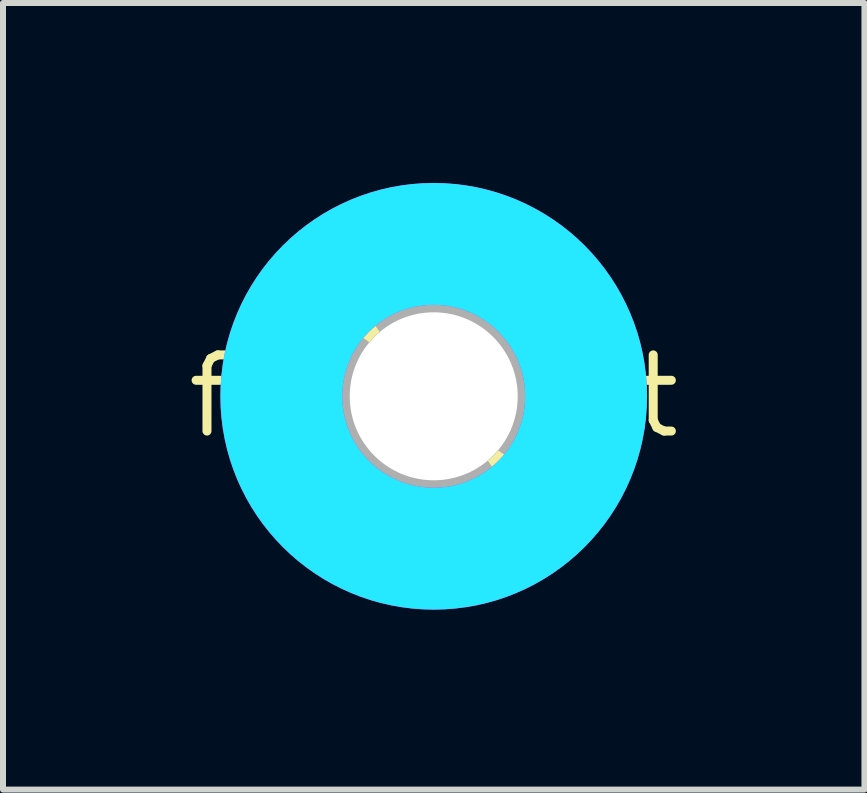
<source format=kicad_pcb>
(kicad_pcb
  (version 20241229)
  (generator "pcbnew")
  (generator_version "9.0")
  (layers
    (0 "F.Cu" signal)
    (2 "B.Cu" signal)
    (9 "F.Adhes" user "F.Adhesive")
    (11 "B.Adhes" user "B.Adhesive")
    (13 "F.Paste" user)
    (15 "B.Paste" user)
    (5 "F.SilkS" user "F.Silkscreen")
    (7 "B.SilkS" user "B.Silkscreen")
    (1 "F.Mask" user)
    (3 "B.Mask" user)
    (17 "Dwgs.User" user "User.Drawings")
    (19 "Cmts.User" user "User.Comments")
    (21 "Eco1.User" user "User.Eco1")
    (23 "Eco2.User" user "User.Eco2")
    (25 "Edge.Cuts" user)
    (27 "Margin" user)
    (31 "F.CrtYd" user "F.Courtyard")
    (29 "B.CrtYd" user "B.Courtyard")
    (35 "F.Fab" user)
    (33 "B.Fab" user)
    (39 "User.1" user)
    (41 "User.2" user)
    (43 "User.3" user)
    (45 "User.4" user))
  (footprint "footprint"
    (layer "F.Cu")
    (at 4.18 3.556)
    (property "Reference" "footprint" (at 0 0 0) (layer "F.SilkS") (effects (font (size 1.27 1.27) (thickness 0.15))))
    (fp_circle (center 0 0) (end 1.5 0) (stroke (width 0.203) (type solid)) (fill no) (layer "F.SilkS"))
    (fp_circle (center 0 0) (end 2.921 0) (stroke (width 0.152) (type solid)) (fill no) (layer "F.SilkS"))
    (fp_circle (center 0 0) (end 2.54 0) (stroke (width 2.032) (type solid)) (fill no) (layer "B.CrtYd"))
    (fp_circle (center 0 0) (end 2.54 0) (stroke (width 2.032) (type solid)) (fill no) (layer "F.CrtYd"))
    (fp_arc (start 0 -1.778) (mid 1.257236 -1.257236) (end 1.778 0) (stroke (width 2.286) (type solid)) (layer "F.Fab"))
    (fp_arc (start 0 1.778) (mid -1.257236 1.257236) (end -1.778 0) (stroke (width 2.286) (type solid)) (layer "F.Fab"))
    (fp_circle (center 0 0) (end 0.635 0) (stroke (width 0.457) (type solid)) (fill no) (layer "F.Fab"))
    (pad "" np_thru_hole circle (at 0 0) (size 2.8 2.8) (drill 2.8) (layers "*.Cu" "*.Mask"))
    (zone (net_name "") (layer "F.Cu") (hatch edge 0.508) (connect_pads) (min_thickness 0.254) (filled_areas_thickness no) (keepout (tracks not_allowed) (vias not_allowed) (pads not_allowed) (copperpour not_allowed) (footprints allowed)) (placement (enabled no)) (fill) (polygon (pts (xy 7.736 3.556) (xy 7.682 2.939) (xy 7.522 2.34) (xy 7.26 1.778) (xy 6.904 1.27) (xy 6.466 0.832) (xy 5.958 0.476) (xy 5.396 0.214) (xy 4.798 0.054) (xy 4.18 0) (xy 3.563 0.054) (xy 2.964 0.214) (xy 2.402 0.476) (xy 1.894 0.832) (xy 1.456 1.27) (xy 1.101 1.778) (xy 0.839 2.34) (xy 0.678 2.939) (xy 0.624 3.556) (xy 0.678 4.173) (xy 0.839 4.772) (xy 1.101 5.334) (xy 1.456 5.842) (xy 1.894 6.28) (xy 2.402 6.636) (xy 2.964 6.898) (xy 3.563 7.058) (xy 4.18 7.112) (xy 4.798 7.058) (xy 5.396 6.898) (xy 5.958 6.636) (xy 6.466 6.28) (xy 6.904 5.842) (xy 7.26 5.334) (xy 7.522 4.772) (xy 7.682 4.173))) (polygon (pts (xy 5.704 3.556) (xy 5.681 3.291) (xy 5.612 3.035) (xy 5.5 2.794) (xy 5.348 2.576) (xy 5.16 2.389) (xy 4.942 2.236) (xy 4.701 2.124) (xy 4.445 2.055) (xy 4.18 2.032) (xy 3.916 2.055) (xy 3.659 2.124) (xy 3.418 2.236) (xy 3.201 2.389) (xy 3.013 2.576) (xy 2.86 2.794) (xy 2.748 3.035) (xy 2.679 3.291) (xy 2.656 3.556) (xy 2.679 3.821) (xy 2.748 4.077) (xy 2.86 4.318) (xy 3.013 4.536) (xy 3.201 4.723) (xy 3.418 4.876) (xy 3.659 4.988) (xy 3.916 5.057) (xy 4.18 5.08) (xy 4.445 5.057) (xy 4.701 4.988) (xy 4.942 4.876) (xy 5.16 4.723) (xy 5.348 4.536) (xy 5.5 4.318) (xy 5.612 4.077) (xy 5.681 3.821))))
    (zone (net_name "") (layers "F.Cu" "B.Cu") (hatch edge 0.508) (connect_pads) (min_thickness 0.254) (filled_areas_thickness no) (keepout (tracks allowed) (vias not_allowed) (pads allowed) (copperpour allowed) (footprints allowed)) (placement (enabled no)) (fill) (polygon (pts (xy 7.736 3.556) (xy 7.682 2.939) (xy 7.522 2.34) (xy 7.26 1.778) (xy 6.904 1.27) (xy 6.466 0.832) (xy 5.958 0.476) (xy 5.396 0.214) (xy 4.798 0.054) (xy 4.18 0) (xy 3.563 0.054) (xy 2.964 0.214) (xy 2.402 0.476) (xy 1.894 0.832) (xy 1.456 1.27) (xy 1.101 1.778) (xy 0.839 2.34) (xy 0.678 2.939) (xy 0.624 3.556) (xy 0.678 4.173) (xy 0.839 4.772) (xy 1.101 5.334) (xy 1.456 5.842) (xy 1.894 6.28) (xy 2.402 6.636) (xy 2.964 6.898) (xy 3.563 7.058) (xy 4.18 7.112) (xy 4.798 7.058) (xy 5.396 6.898) (xy 5.958 6.636) (xy 6.466 6.28) (xy 6.904 5.842) (xy 7.26 5.334) (xy 7.522 4.772) (xy 7.682 4.173))) (polygon (pts (xy 5.704 3.556) (xy 5.681 3.291) (xy 5.612 3.035) (xy 5.5 2.794) (xy 5.348 2.576) (xy 5.16 2.389) (xy 4.942 2.236) (xy 4.701 2.124) (xy 4.445 2.055) (xy 4.18 2.032) (xy 3.916 2.055) (xy 3.659 2.124) (xy 3.418 2.236) (xy 3.201 2.389) (xy 3.013 2.576) (xy 2.86 2.794) (xy 2.748 3.035) (xy 2.679 3.291) (xy 2.656 3.556) (xy 2.679 3.821) (xy 2.748 4.077) (xy 2.86 4.318) (xy 3.013 4.536) (xy 3.201 4.723) (xy 3.418 4.876) (xy 3.659 4.988) (xy 3.916 5.057) (xy 4.18 5.08) (xy 4.445 5.057) (xy 4.701 4.988) (xy 4.942 4.876) (xy 5.16 4.723) (xy 5.348 4.536) (xy 5.5 4.318) (xy 5.612 4.077) (xy 5.681 3.821))))
    (zone (net_name "") (layer "B.Cu") (hatch edge 0.508) (connect_pads) (min_thickness 0.254) (filled_areas_thickness no) (keepout (tracks not_allowed) (vias not_allowed) (pads not_allowed) (copperpour not_allowed) (footprints allowed)) (placement (enabled no)) (fill) (polygon (pts (xy 7.736 3.556) (xy 7.682 2.939) (xy 7.522 2.34) (xy 7.26 1.778) (xy 6.904 1.27) (xy 6.466 0.832) (xy 5.958 0.476) (xy 5.396 0.214) (xy 4.798 0.054) (xy 4.18 0) (xy 3.563 0.054) (xy 2.964 0.214) (xy 2.402 0.476) (xy 1.894 0.832) (xy 1.456 1.27) (xy 1.101 1.778) (xy 0.839 2.34) (xy 0.678 2.939) (xy 0.624 3.556) (xy 0.678 4.173) (xy 0.839 4.772) (xy 1.101 5.334) (xy 1.456 5.842) (xy 1.894 6.28) (xy 2.402 6.636) (xy 2.964 6.898) (xy 3.563 7.058) (xy 4.18 7.112) (xy 4.798 7.058) (xy 5.396 6.898) (xy 5.958 6.636) (xy 6.466 6.28) (xy 6.904 5.842) (xy 7.26 5.334) (xy 7.522 4.772) (xy 7.682 4.173))) (polygon (pts (xy 5.704 3.556) (xy 5.681 3.291) (xy 5.612 3.035) (xy 5.5 2.794) (xy 5.348 2.576) (xy 5.16 2.389) (xy 4.942 2.236) (xy 4.701 2.124) (xy 4.445 2.055) (xy 4.18 2.032) (xy 3.916 2.055) (xy 3.659 2.124) (xy 3.418 2.236) (xy 3.201 2.389) (xy 3.013 2.576) (xy 2.86 2.794) (xy 2.748 3.035) (xy 2.679 3.291) (xy 2.656 3.556) (xy 2.679 3.821) (xy 2.748 4.077) (xy 2.86 4.318) (xy 3.013 4.536) (xy 3.201 4.723) (xy 3.418 4.876) (xy 3.659 4.988) (xy 3.916 5.057) (xy 4.18 5.08) (xy 4.445 5.057) (xy 4.701 4.988) (xy 4.942 4.876) (xy 5.16 4.723) (xy 5.348 4.536) (xy 5.5 4.318) (xy 5.612 4.077) (xy 5.681 3.821)))))
  (gr_rect
    (start -3 -3)
    (end 11.36 10.112)
    (stroke (width 0.1) (type default))
    (fill no)
    (layer "Edge.Cuts")))
</source>
